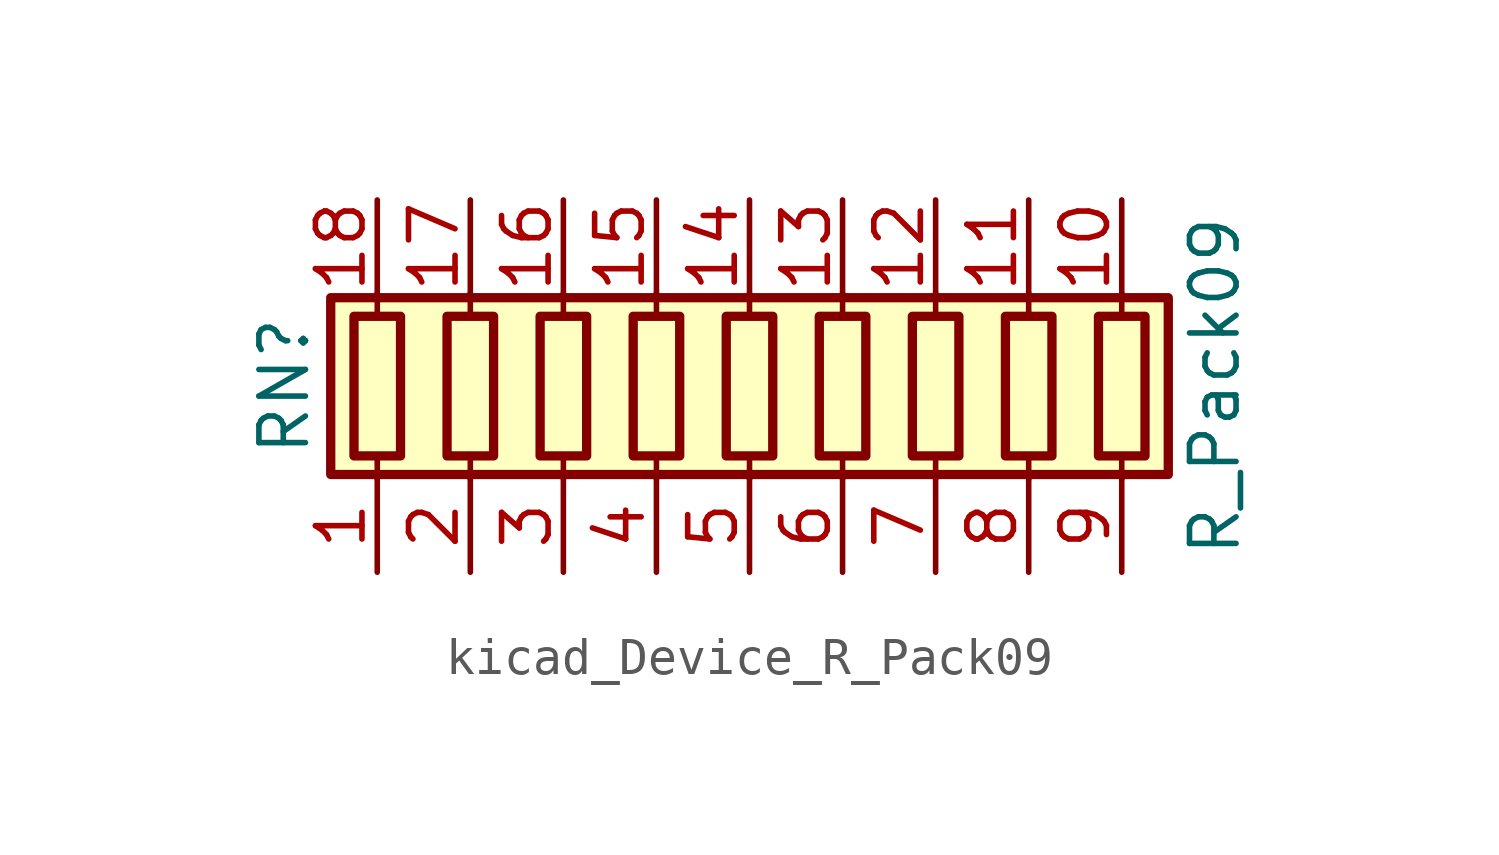
<source format=kicad_sym>
(kicad_symbol_lib
  (version 20220914)
  (generator kicad_symbol_editor)
  (symbol "kicad_Device_R_Pack09"
    (pin_names
      (offset 0) hide)
    (property "Reference" "RN"
      (at -12.7 0 90)
      (effects (font (size 1.27 1.27))))
    (property "Value" "R_Pack09"
      (at 12.7 0 90)
      (effects (font (size 1.27 1.27))))
    (symbol "kicad_Device_R_Pack09_0_1"
      (rectangle (start -11.43 -2.413) (end 11.43 2.413) (stroke (width 0.254) (type default)) (fill (type background)))
      (rectangle (start -10.795 1.905) (end -9.525 -1.905) (stroke (width 0.254) (type default)) (fill (type none)))
      (rectangle (start -8.255 1.905) (end -6.985 -1.905) (stroke (width 0.254) (type default)) (fill (type none)))
      (rectangle (start -5.715 1.905) (end -4.445 -1.905) (stroke (width 0.254) (type default)) (fill (type none)))
      (rectangle (start -3.175 1.905) (end -1.905 -1.905) (stroke (width 0.254) (type default)) (fill (type none)))
      (rectangle (start -0.635 1.905) (end 0.635 -1.905) (stroke (width 0.254) (type default)) (fill (type none)))
      (polyline (pts (xy -10.16 -2.54) (xy -10.16 -1.905)) (stroke (width 0) (type default)) (fill (type none)))
      (polyline (pts (xy -10.16 1.905) (xy -10.16 2.54)) (stroke (width 0) (type default)) (fill (type none)))
      (polyline (pts (xy -7.62 -2.54) (xy -7.62 -1.905)) (stroke (width 0) (type default)) (fill (type none)))
      (polyline (pts (xy -7.62 1.905) (xy -7.62 2.54)) (stroke (width 0) (type default)) (fill (type none)))
      (polyline (pts (xy -5.08 -2.54) (xy -5.08 -1.905)) (stroke (width 0) (type default)) (fill (type none)))
      (polyline (pts (xy -5.08 1.905) (xy -5.08 2.54)) (stroke (width 0) (type default)) (fill (type none)))
      (polyline (pts (xy -2.54 -2.54) (xy -2.54 -1.905)) (stroke (width 0) (type default)) (fill (type none)))
      (polyline (pts (xy -2.54 1.905) (xy -2.54 2.54)) (stroke (width 0) (type default)) (fill (type none)))
      (polyline (pts (xy 0 -2.54) (xy 0 -1.905)) (stroke (width 0) (type default)) (fill (type none)))
      (polyline (pts (xy 0 1.905) (xy 0 2.54)) (stroke (width 0) (type default)) (fill (type none)))
      (polyline (pts (xy 2.54 -2.54) (xy 2.54 -1.905)) (stroke (width 0) (type default)) (fill (type none)))
      (polyline (pts (xy 2.54 1.905) (xy 2.54 2.54)) (stroke (width 0) (type default)) (fill (type none)))
      (polyline (pts (xy 5.08 -2.54) (xy 5.08 -1.905)) (stroke (width 0) (type default)) (fill (type none)))
      (polyline (pts (xy 5.08 1.905) (xy 5.08 2.54)) (stroke (width 0) (type default)) (fill (type none)))
      (polyline (pts (xy 7.62 -2.54) (xy 7.62 -1.905)) (stroke (width 0) (type default)) (fill (type none)))
      (polyline (pts (xy 7.62 1.905) (xy 7.62 2.54)) (stroke (width 0) (type default)) (fill (type none)))
      (polyline (pts (xy 10.16 -2.54) (xy 10.16 -1.905)) (stroke (width 0) (type default)) (fill (type none)))
      (polyline (pts (xy 10.16 1.905) (xy 10.16 2.54)) (stroke (width 0) (type default)) (fill (type none)))
      (rectangle (start 1.905 1.905) (end 3.175 -1.905) (stroke (width 0.254) (type default)) (fill (type none)))
      (rectangle (start 4.445 1.905) (end 5.715 -1.905) (stroke (width 0.254) (type default)) (fill (type none)))
      (rectangle (start 6.985 1.905) (end 8.255 -1.905) (stroke (width 0.254) (type default)) (fill (type none)))
      (rectangle (start 9.525 1.905) (end 10.795 -1.905) (stroke (width 0.254) (type default)) (fill (type none))))
    (symbol "kicad_Device_R_Pack09_1_1"
      (pin passive line (at -10.16 -5.08 90) (length 2.54) (name "R1.1" (effects (font (size 1.27 1.27)))) (number "1" (effects (font (size 1.27 1.27)))))
      (pin passive line (at 10.16 5.08 270) (length 2.54) (name "R9.2" (effects (font (size 1.27 1.27)))) (number "10" (effects (font (size 1.27 1.27)))))
      (pin passive line (at 7.62 5.08 270) (length 2.54) (name "R8.2" (effects (font (size 1.27 1.27)))) (number "11" (effects (font (size 1.27 1.27)))))
      (pin passive line (at 5.08 5.08 270) (length 2.54) (name "R7.2" (effects (font (size 1.27 1.27)))) (number "12" (effects (font (size 1.27 1.27)))))
      (pin passive line (at 2.54 5.08 270) (length 2.54) (name "R6.2" (effects (font (size 1.27 1.27)))) (number "13" (effects (font (size 1.27 1.27)))))
      (pin passive line (at 0 5.08 270) (length 2.54) (name "R5.2" (effects (font (size 1.27 1.27)))) (number "14" (effects (font (size 1.27 1.27)))))
      (pin passive line (at -2.54 5.08 270) (length 2.54) (name "R4.2" (effects (font (size 1.27 1.27)))) (number "15" (effects (font (size 1.27 1.27)))))
      (pin passive line (at -5.08 5.08 270) (length 2.54) (name "R3.2" (effects (font (size 1.27 1.27)))) (number "16" (effects (font (size 1.27 1.27)))))
      (pin passive line (at -7.62 5.08 270) (length 2.54) (name "R2.2" (effects (font (size 1.27 1.27)))) (number "17" (effects (font (size 1.27 1.27)))))
      (pin passive line (at -10.16 5.08 270) (length 2.54) (name "R1.2" (effects (font (size 1.27 1.27)))) (number "18" (effects (font (size 1.27 1.27)))))
      (pin passive line (at -7.62 -5.08 90) (length 2.54) (name "R2.1" (effects (font (size 1.27 1.27)))) (number "2" (effects (font (size 1.27 1.27)))))
      (pin passive line (at -5.08 -5.08 90) (length 2.54) (name "R3.1" (effects (font (size 1.27 1.27)))) (number "3" (effects (font (size 1.27 1.27)))))
      (pin passive line (at -2.54 -5.08 90) (length 2.54) (name "R4.1" (effects (font (size 1.27 1.27)))) (number "4" (effects (font (size 1.27 1.27)))))
      (pin passive line (at 0 -5.08 90) (length 2.54) (name "R5.1" (effects (font (size 1.27 1.27)))) (number "5" (effects (font (size 1.27 1.27)))))
      (pin passive line (at 2.54 -5.08 90) (length 2.54) (name "R6.1" (effects (font (size 1.27 1.27)))) (number "6" (effects (font (size 1.27 1.27)))))
      (pin passive line (at 5.08 -5.08 90) (length 2.54) (name "R7.1" (effects (font (size 1.27 1.27)))) (number "7" (effects (font (size 1.27 1.27)))))
      (pin passive line (at 7.62 -5.08 90) (length 2.54) (name "R8.1" (effects (font (size 1.27 1.27)))) (number "8" (effects (font (size 1.27 1.27)))))
      (pin passive line (at 10.16 -5.08 90) (length 2.54) (name "R9.1" (effects (font (size 1.27 1.27)))) (number "9" (effects (font (size 1.27 1.27))))))))
</source>
